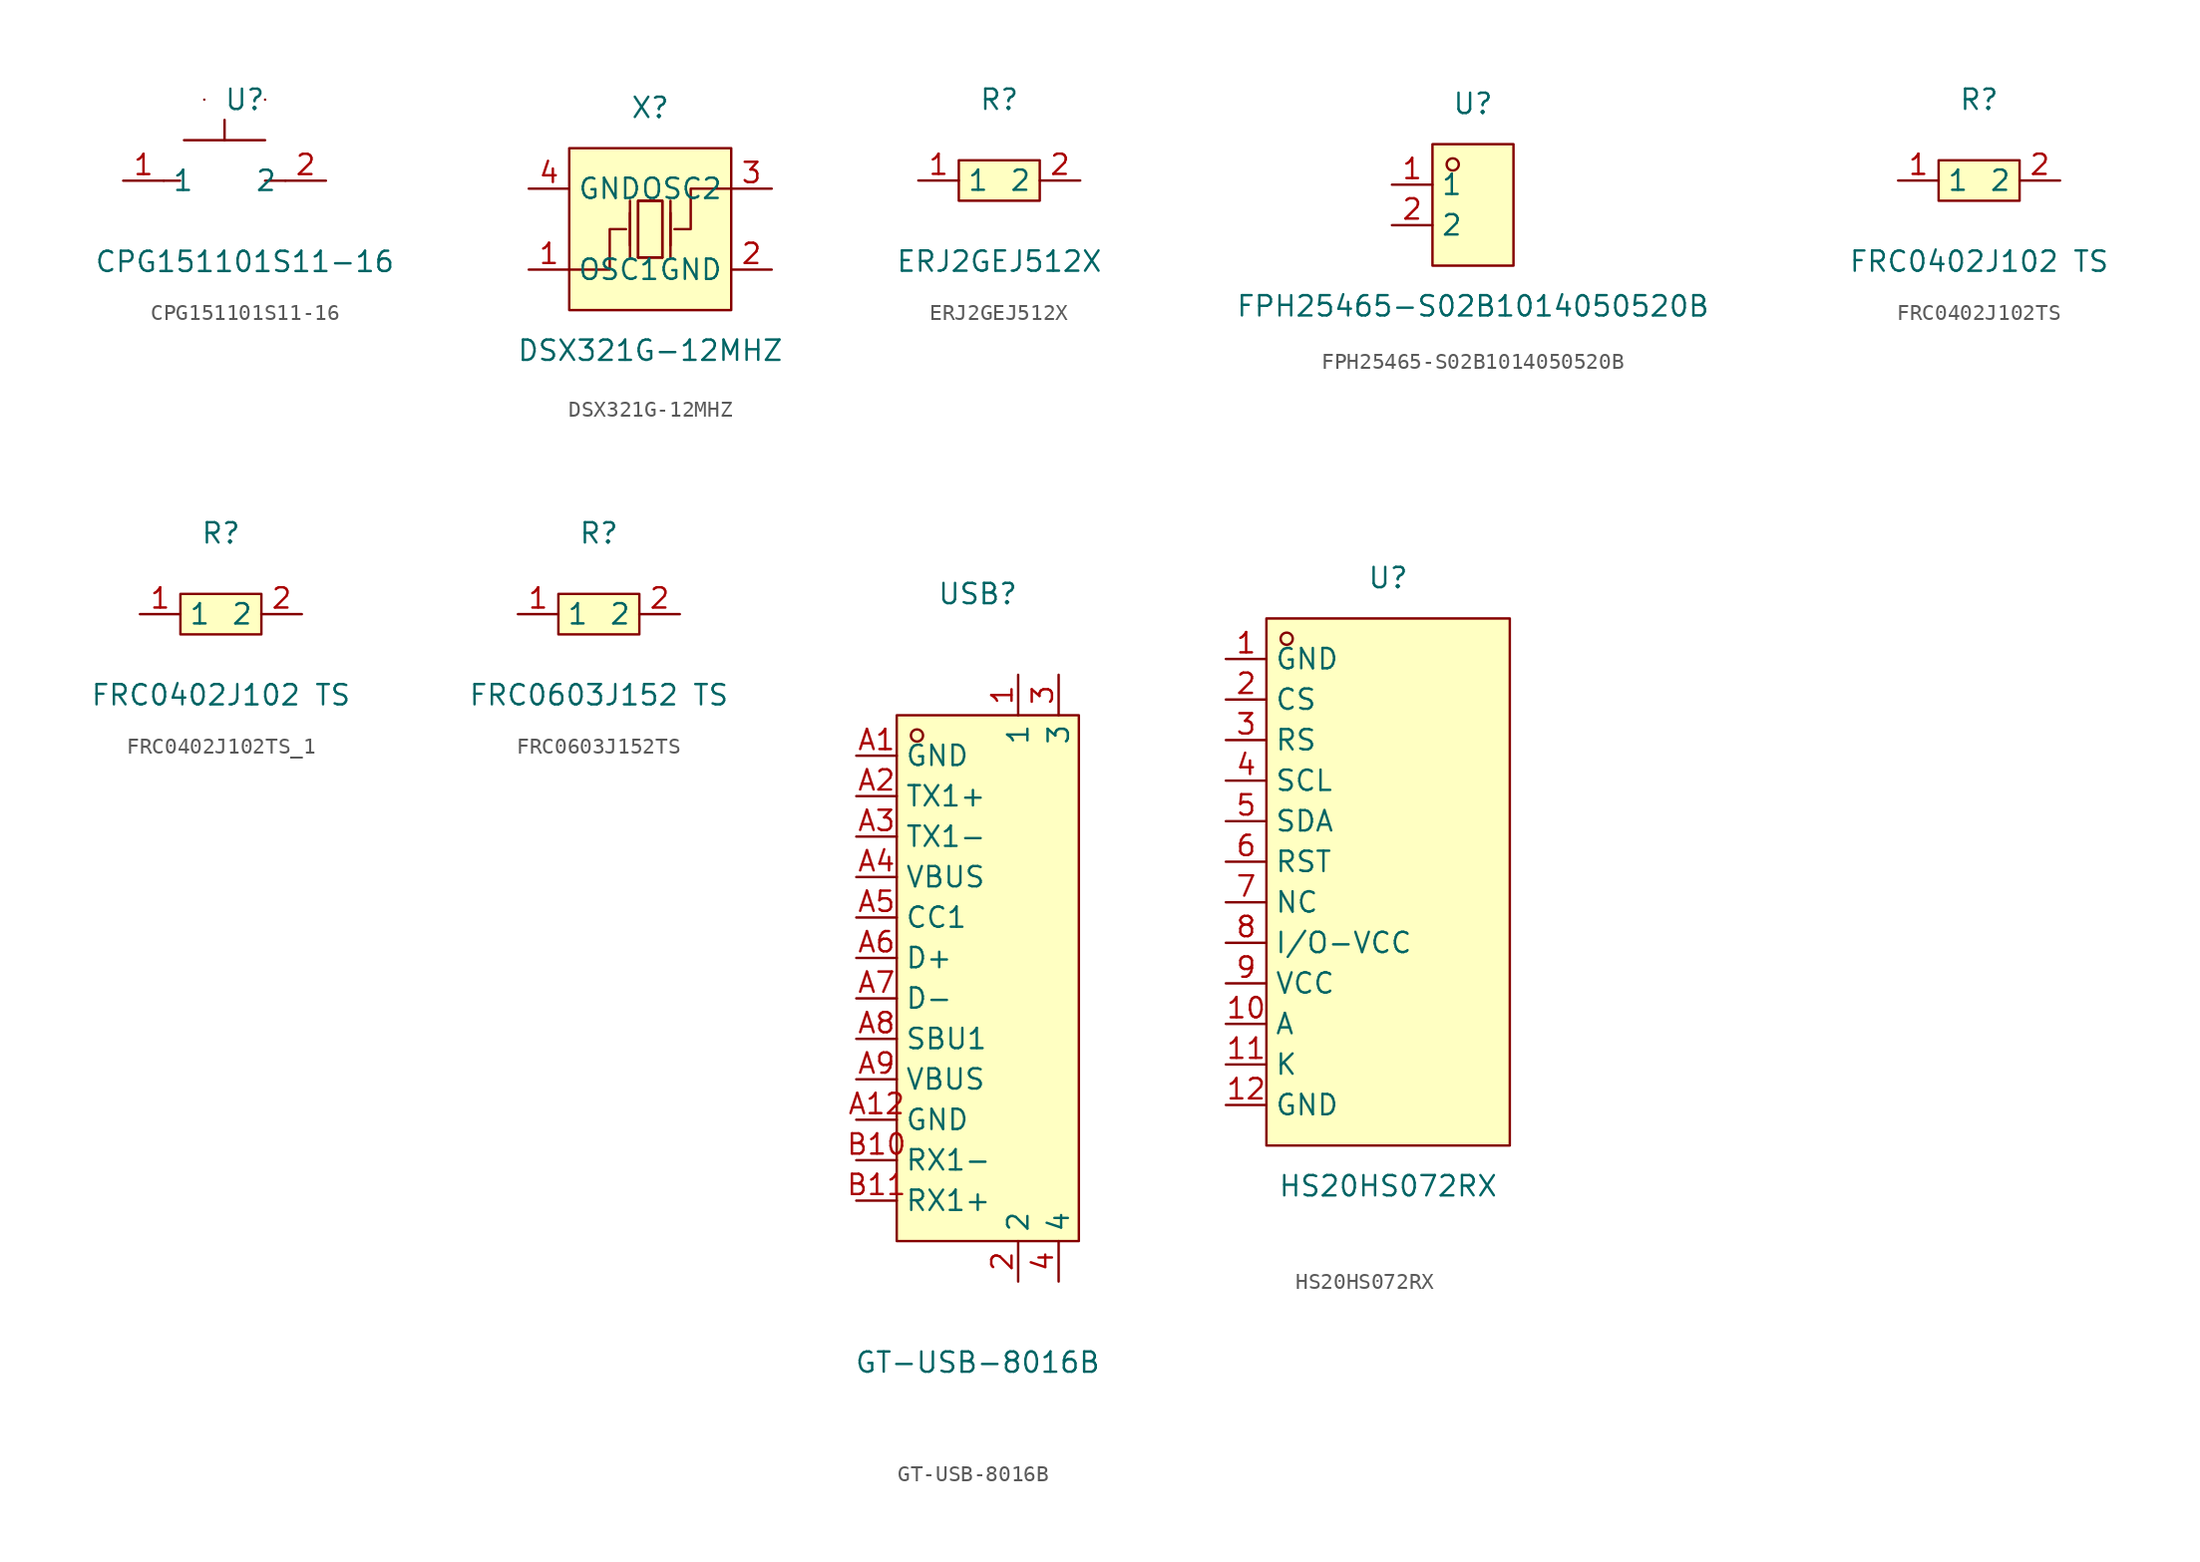
<source format=kicad_sym>
(kicad_symbol_lib
  (version 20241209)
  (generator "kicad_symbol_editor")
  (generator_version "9.0")
  (symbol "CPG151101S11-16"
    (property "Reference" "U"
      (at 0 2.54 0)
      (effects (font (size 1.27 1.27))))
    (property "Value" "CPG151101S11-16"
      (at 0 -7.62 0)
      (effects (font (size 1.27 1.27))))
    (symbol "CPG151101S11-16_0_1"
      (polyline (pts (xy -5.08 -2.54) (xy -4.06 -2.54)) (stroke (width 0) (type default)) (fill (type none)))
      (polyline (pts (xy -3.81 0) (xy 1.27 0)) (stroke (width 0) (type default)) (fill (type none)))
      (arc (start -2.54 2.54) (mid -2.54 2.54) (end -2.54 2.54) (stroke (width 0) (type default)) (fill (type none)))
      (polyline (pts (xy -1.27 0) (xy -1.27 1.27)) (stroke (width 0) (type default)) (fill (type none)))
      (arc (start 1.27 2.54) (mid 1.27 2.54) (end 1.27 2.54) (stroke (width 0) (type default)) (fill (type none)))
      (polyline (pts (xy 1.27 -2.54) (xy 2.54 -2.54)) (stroke (width 0) (type default)) (fill (type none)))
      (pin input line (at -7.62 -2.54 0) (length 2.54) (name "1" (effects (font (size 1.27 1.27)))) (number "1" (effects (font (size 1.27 1.27)))))
      (pin input line (at 5.08 -2.54 180) (length 2.54) (name "2" (effects (font (size 1.27 1.27)))) (number "2" (effects (font (size 1.27 1.27)))))))
  (symbol "DSX321G-12MHZ"
    (property "Reference" "X"
      (at 0 7.62 0)
      (effects (font (size 1.27 1.27))))
    (property "Value" "DSX321G-12MHZ"
      (at 0 -7.62 0)
      (effects (font (size 1.27 1.27))))
    (symbol "DSX321G-12MHZ_0_1"
      (rectangle (start -5.08 5.08) (end 5.08 -5.08) (stroke (width 0) (type default)) (fill (type background)))
      (polyline (pts (xy -5.08 -2.54) (xy -2.54 -2.54) (xy -2.54 0) (xy -1.52 0)) (stroke (width 0) (type default)) (fill (type none)))
      (polyline (pts (xy -1.27 -1.02) (xy -1.27 1.02)) (stroke (width 0) (type default)) (fill (type none)))
      (polyline (pts (xy -1.27 -1.78) (xy -1.27 1.78)) (stroke (width 0) (type default)) (fill (type none)))
      (polyline (pts (xy -0.76 -1.78) (xy -0.76 1.78) (xy 0.76 1.78) (xy 0.76 -1.78)) (stroke (width 0) (type default)) (fill (type none)))
      (polyline (pts (xy 0.76 1.78) (xy 0.76 -1.78) (xy -0.76 -1.78) (xy -0.76 1.78) (xy 0.76 1.78)) (stroke (width 0) (type default)) (fill (type background)))
      (polyline (pts (xy 0.76 -1.78) (xy -0.76 -1.78)) (stroke (width 0) (type default)) (fill (type none)))
      (polyline (pts (xy 1.27 -1.02) (xy 1.27 1.02)) (stroke (width 0) (type default)) (fill (type none)))
      (polyline (pts (xy 1.27 -1.78) (xy 1.27 1.78)) (stroke (width 0) (type default)) (fill (type none)))
      (polyline (pts (xy 5.08 2.54) (xy 2.54 2.54) (xy 2.54 0) (xy 1.52 0)) (stroke (width 0) (type default)) (fill (type none)))
      (pin power_in line (at -7.62 2.54 0) (length 2.54) (name "GND" (effects (font (size 1.27 1.27)))) (number "4" (effects (font (size 1.27 1.27)))))
      (pin bidirectional line (at -7.62 -2.54 0) (length 2.54) (name "OSC1" (effects (font (size 1.27 1.27)))) (number "1" (effects (font (size 1.27 1.27)))))
      (pin bidirectional line (at 7.62 2.54 180) (length 2.54) (name "OSC2" (effects (font (size 1.27 1.27)))) (number "3" (effects (font (size 1.27 1.27)))))
      (pin power_in line (at 7.62 -2.54 180) (length 2.54) (name "GND" (effects (font (size 1.27 1.27)))) (number "2" (effects (font (size 1.27 1.27)))))))
  (symbol "ERJ2GEJ512X"
    (property "Reference" "R"
      (at 0 5.08 0)
      (effects (font (size 1.27 1.27))))
    (property "Value" "ERJ2GEJ512X"
      (at 0 -5.08 0)
      (effects (font (size 1.27 1.27))))
    (symbol "ERJ2GEJ512X_0_1"
      (rectangle (start -2.54 1.27) (end 2.54 -1.27) (stroke (width 0) (type default)) (fill (type background)))
      (pin unspecified line (at -5.08 0 0) (length 2.54) (name "1" (effects (font (size 1.27 1.27)))) (number "1" (effects (font (size 1.27 1.27)))))
      (pin unspecified line (at 5.08 0 180) (length 2.54) (name "2" (effects (font (size 1.27 1.27)))) (number "2" (effects (font (size 1.27 1.27)))))))
  (symbol "FPH25465-S02B1014050520B"
    (property "Reference" "U"
      (at 0 6.35 0)
      (effects (font (size 1.27 1.27))))
    (property "Value" "FPH25465-S02B1014050520B"
      (at 0 -6.35 0)
      (effects (font (size 1.27 1.27))))
    (symbol "FPH25465-S02B1014050520B_0_1"
      (rectangle (start -2.54 3.81) (end 2.54 -3.81) (stroke (width 0) (type default)) (fill (type background)))
      (circle (center -1.27 2.54) (radius 0.38) (stroke (width 0) (type default)) (fill (type none)))
      (pin unspecified line (at -5.08 1.27 0) (length 2.54) (name "1" (effects (font (size 1.27 1.27)))) (number "1" (effects (font (size 1.27 1.27)))))
      (pin unspecified line (at -5.08 -1.27 0) (length 2.54) (name "2" (effects (font (size 1.27 1.27)))) (number "2" (effects (font (size 1.27 1.27)))))))
  (symbol "FRC0402J102TS"
    (property "Reference" "R"
      (at 0 5.08 0)
      (effects (font (size 1.27 1.27))))
    (property "Value" "FRC0402J102 TS"
      (at 0 -5.08 0)
      (effects (font (size 1.27 1.27))))
    (symbol "FRC0402J102TS_0_1"
      (rectangle (start -2.54 1.27) (end 2.54 -1.27) (stroke (width 0) (type default)) (fill (type background)))
      (pin passive line (at -5.08 0 0) (length 2.54) (name "1" (effects (font (size 1.27 1.27)))) (number "1" (effects (font (size 1.27 1.27)))))
      (pin passive line (at 5.08 0 180) (length 2.54) (name "2" (effects (font (size 1.27 1.27)))) (number "2" (effects (font (size 1.27 1.27)))))))
  (symbol "FRC0402J102TS_1"
    (property "Reference" "R"
      (at 0 5.08 0)
      (effects (font (size 1.27 1.27))))
    (property "Value" "FRC0402J102 TS"
      (at 0 -5.08 0)
      (effects (font (size 1.27 1.27))))
    (symbol "FRC0402J102TS_1_0_1"
      (rectangle (start -2.54 1.27) (end 2.54 -1.27) (stroke (width 0) (type default)) (fill (type background)))
      (pin bidirectional line (at -5.08 0 0) (length 2.54) (name "1" (effects (font (size 1.27 1.27)))) (number "1" (effects (font (size 1.27 1.27)))))
      (pin passive line (at 5.08 0 180) (length 2.54) (name "2" (effects (font (size 1.27 1.27)))) (number "2" (effects (font (size 1.27 1.27)))))))
  (symbol "FRC0603J152TS"
    (property "Reference" "R"
      (at 0 5.08 0)
      (effects (font (size 1.27 1.27))))
    (property "Value" "FRC0603J152 TS"
      (at 0 -5.08 0)
      (effects (font (size 1.27 1.27))))
    (symbol "FRC0603J152TS_0_1"
      (rectangle (start -2.54 1.27) (end 2.54 -1.27) (stroke (width 0) (type default)) (fill (type background)))
      (pin bidirectional line (at -5.08 0 0) (length 2.54) (name "1" (effects (font (size 1.27 1.27)))) (number "1" (effects (font (size 1.27 1.27)))))
      (pin bidirectional line (at 5.08 0 180) (length 2.54) (name "2" (effects (font (size 1.27 1.27)))) (number "2" (effects (font (size 1.27 1.27)))))))
  (symbol "GT-USB-8016B"
    (property "Reference" "USB"
      (at 0 24.13 0)
      (effects (font (size 1.27 1.27))))
    (property "Value" "GT-USB-8016B"
      (at 0 -24.13 0)
      (effects (font (size 1.27 1.27))))
    (symbol "GT-USB-8016B_0_1"
      (rectangle (start -5.08 16.51) (end 6.35 -16.51) (stroke (width 0) (type default)) (fill (type background)))
      (circle (center -3.81 15.24) (radius 0.38) (stroke (width 0) (type default)) (fill (type none)))
      (pin unspecified line (at -7.62 13.97 0) (length 2.54) (name "GND" (effects (font (size 1.27 1.27)))) (number "A1" (effects (font (size 1.27 1.27)))))
      (pin unspecified line (at -7.62 11.43 0) (length 2.54) (name "TX1+" (effects (font (size 1.27 1.27)))) (number "A2" (effects (font (size 1.27 1.27)))))
      (pin unspecified line (at -7.62 8.89 0) (length 2.54) (name "TX1-" (effects (font (size 1.27 1.27)))) (number "A3" (effects (font (size 1.27 1.27)))))
      (pin unspecified line (at -7.62 6.35 0) (length 2.54) (name "VBUS" (effects (font (size 1.27 1.27)))) (number "A4" (effects (font (size 1.27 1.27)))))
      (pin unspecified line (at -7.62 3.81 0) (length 2.54) (name "CC1" (effects (font (size 1.27 1.27)))) (number "A5" (effects (font (size 1.27 1.27)))))
      (pin unspecified line (at -7.62 1.27 0) (length 2.54) (name "D+" (effects (font (size 1.27 1.27)))) (number "A6" (effects (font (size 1.27 1.27)))))
      (pin unspecified line (at -7.62 -1.27 0) (length 2.54) (name "D-" (effects (font (size 1.27 1.27)))) (number "A7" (effects (font (size 1.27 1.27)))))
      (pin unspecified line (at -7.62 -3.81 0) (length 2.54) (name "SBU1" (effects (font (size 1.27 1.27)))) (number "A8" (effects (font (size 1.27 1.27)))))
      (pin unspecified line (at -7.62 -6.35 0) (length 2.54) (name "VBUS" (effects (font (size 1.27 1.27)))) (number "A9" (effects (font (size 1.27 1.27)))))
      (pin unspecified line (at -7.62 -8.89 0) (length 2.54) (name "GND" (effects (font (size 1.27 1.27)))) (number "A12" (effects (font (size 1.27 1.27)))))
      (pin unspecified line (at -7.62 -11.43 0) (length 2.54) (name "RX1-" (effects (font (size 1.27 1.27)))) (number "B10" (effects (font (size 1.27 1.27)))))
      (pin unspecified line (at -7.62 -13.97 0) (length 2.54) (name "RX1+" (effects (font (size 1.27 1.27)))) (number "B11" (effects (font (size 1.27 1.27)))))
      (pin unspecified line (at 2.54 19.05 270) (length 2.54) (name "1" (effects (font (size 1.27 1.27)))) (number "1" (effects (font (size 1.27 1.27)))))
      (pin unspecified line (at 2.54 -19.05 90) (length 2.54) (name "2" (effects (font (size 1.27 1.27)))) (number "2" (effects (font (size 1.27 1.27)))))
      (pin unspecified line (at 5.08 19.05 270) (length 2.54) (name "3" (effects (font (size 1.27 1.27)))) (number "3" (effects (font (size 1.27 1.27)))))
      (pin unspecified line (at 5.08 -19.05 90) (length 2.54) (name "4" (effects (font (size 1.27 1.27)))) (number "4" (effects (font (size 1.27 1.27)))))))
  (symbol "HS20HS072RX"
    (property "Reference" "U"
      (at 0 19.05 0)
      (effects (font (size 1.27 1.27))))
    (property "Value" "HS20HS072RX"
      (at 0 -19.05 0)
      (effects (font (size 1.27 1.27))))
    (symbol "HS20HS072RX_0_1"
      (rectangle (start -7.62 16.51) (end 7.62 -16.51) (stroke (width 0) (type default)) (fill (type background)))
      (circle (center -6.35 15.24) (radius 0.38) (stroke (width 0) (type default)) (fill (type none)))
      (pin unspecified line (at -10.16 13.97 0) (length 2.54) (name "GND" (effects (font (size 1.27 1.27)))) (number "1" (effects (font (size 1.27 1.27)))))
      (pin unspecified line (at -10.16 11.43 0) (length 2.54) (name "CS" (effects (font (size 1.27 1.27)))) (number "2" (effects (font (size 1.27 1.27)))))
      (pin unspecified line (at -10.16 8.89 0) (length 2.54) (name "RS" (effects (font (size 1.27 1.27)))) (number "3" (effects (font (size 1.27 1.27)))))
      (pin unspecified line (at -10.16 6.35 0) (length 2.54) (name "SCL" (effects (font (size 1.27 1.27)))) (number "4" (effects (font (size 1.27 1.27)))))
      (pin unspecified line (at -10.16 3.81 0) (length 2.54) (name "SDA" (effects (font (size 1.27 1.27)))) (number "5" (effects (font (size 1.27 1.27)))))
      (pin unspecified line (at -10.16 1.27 0) (length 2.54) (name "RST" (effects (font (size 1.27 1.27)))) (number "6" (effects (font (size 1.27 1.27)))))
      (pin unspecified line (at -10.16 -1.27 0) (length 2.54) (name "NC" (effects (font (size 1.27 1.27)))) (number "7" (effects (font (size 1.27 1.27)))))
      (pin unspecified line (at -10.16 -3.81 0) (length 2.54) (name "I/O-VCC" (effects (font (size 1.27 1.27)))) (number "8" (effects (font (size 1.27 1.27)))))
      (pin unspecified line (at -10.16 -6.35 0) (length 2.54) (name "VCC" (effects (font (size 1.27 1.27)))) (number "9" (effects (font (size 1.27 1.27)))))
      (pin unspecified line (at -10.16 -8.89 0) (length 2.54) (name "A" (effects (font (size 1.27 1.27)))) (number "10" (effects (font (size 1.27 1.27)))))
      (pin unspecified line (at -10.16 -11.43 0) (length 2.54) (name "K" (effects (font (size 1.27 1.27)))) (number "11" (effects (font (size 1.27 1.27)))))
      (pin unspecified line (at -10.16 -13.97 0) (length 2.54) (name "GND" (effects (font (size 1.27 1.27)))) (number "12" (effects (font (size 1.27 1.27))))))))
</source>
